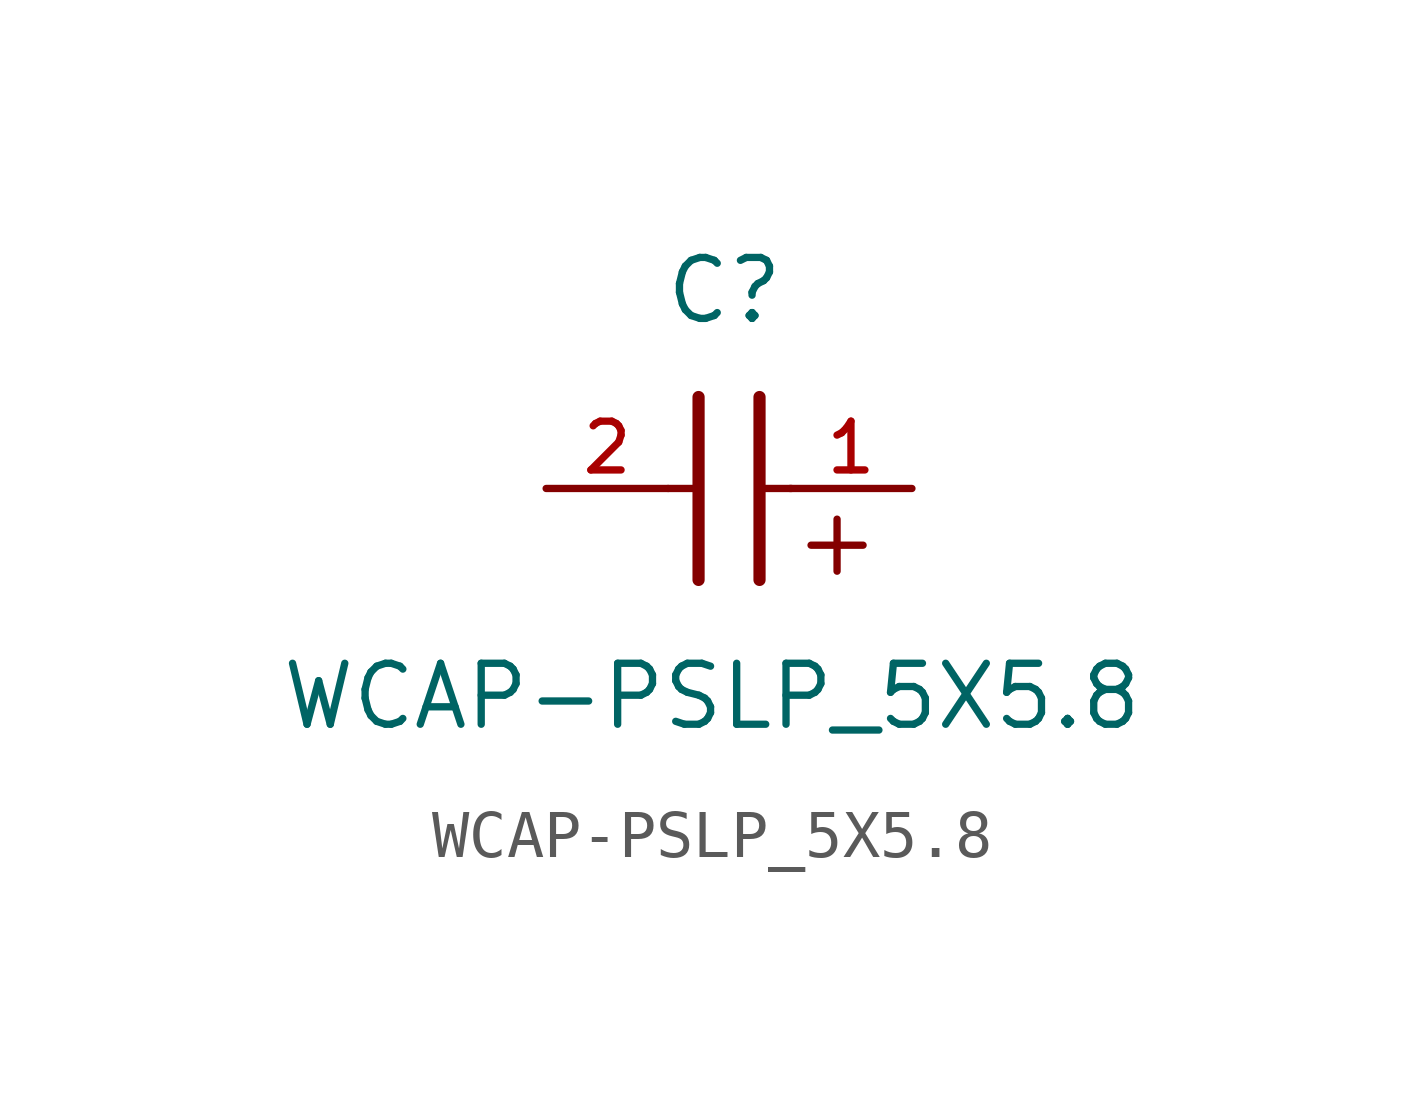
<source format=kicad_sym>
(kicad_symbol_lib
  (version 20211014)
  (generator kicad_symbol_editor)
  (symbol "WCAP-PSLP_5X5.8"
    (pin_names
      (offset 1.016))
    (property "Reference" "C"
      (at 1.175 3.38 0)
      (effects (font (size 1.27 1.27)) (justify bottom)))
    (property "Value" "WCAP-PSLP_5X5.8"
      (at 0.915 -5.075 0)
      (effects (font (size 1.27 1.27)) (justify bottom)))
    (symbol "WCAP-PSLP_5X5.8_0_0"
      (text "+" (at 2.54 -1.905 0) (effects (font (size 1.422 1.422)) (justify bottom left)))
      (polyline (pts (xy 1.905 1.905) (xy 1.905 -1.905)) (stroke (width 0.254)))
      (polyline (pts (xy 0.635 -1.905) (xy 0.635 1.905)) (stroke (width 0.254)))
      (polyline (pts (xy 0.0 0.0) (xy 0.643 0.0)) (stroke (width 0.152)))
      (polyline (pts (xy 1.928 0.0) (xy 2.57 0.0)) (stroke (width 0.152)))
      (pin passive line (at 5.08 0.0 180.0) (length 2.54) (name "~" (effects (font (size 1.016 1.016)))) (number "1" (effects (font (size 1.016 1.016)))))
      (pin passive line (at -2.54 0.0 0) (length 2.54) (name "~" (effects (font (size 1.016 1.016)))) (number "2" (effects (font (size 1.016 1.016))))))))
</source>
